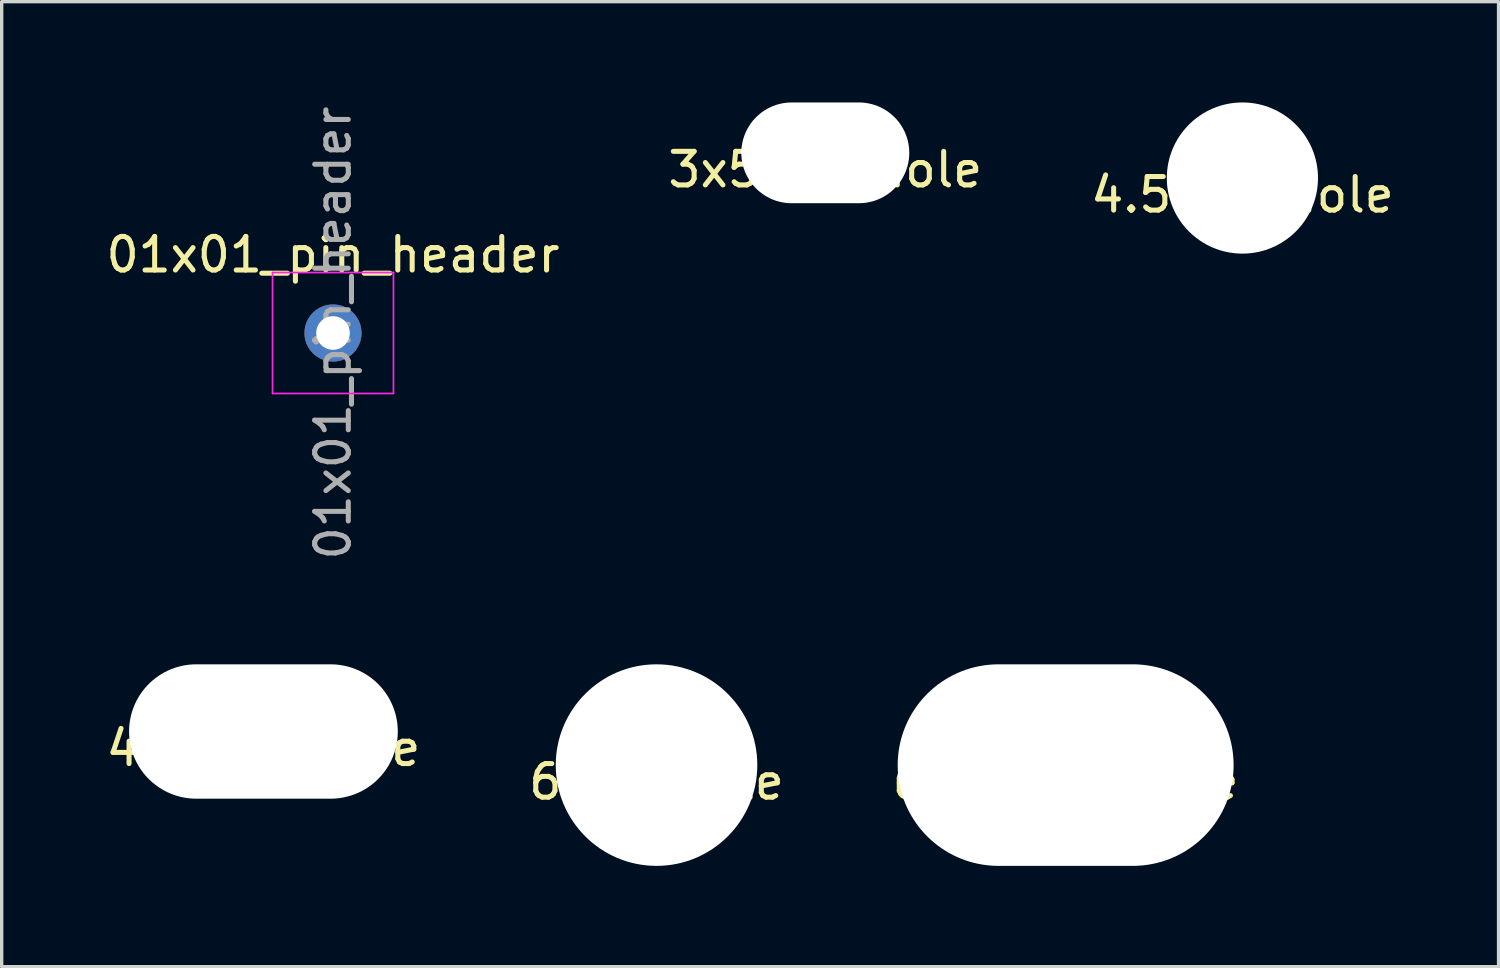
<source format=kicad_pcb>
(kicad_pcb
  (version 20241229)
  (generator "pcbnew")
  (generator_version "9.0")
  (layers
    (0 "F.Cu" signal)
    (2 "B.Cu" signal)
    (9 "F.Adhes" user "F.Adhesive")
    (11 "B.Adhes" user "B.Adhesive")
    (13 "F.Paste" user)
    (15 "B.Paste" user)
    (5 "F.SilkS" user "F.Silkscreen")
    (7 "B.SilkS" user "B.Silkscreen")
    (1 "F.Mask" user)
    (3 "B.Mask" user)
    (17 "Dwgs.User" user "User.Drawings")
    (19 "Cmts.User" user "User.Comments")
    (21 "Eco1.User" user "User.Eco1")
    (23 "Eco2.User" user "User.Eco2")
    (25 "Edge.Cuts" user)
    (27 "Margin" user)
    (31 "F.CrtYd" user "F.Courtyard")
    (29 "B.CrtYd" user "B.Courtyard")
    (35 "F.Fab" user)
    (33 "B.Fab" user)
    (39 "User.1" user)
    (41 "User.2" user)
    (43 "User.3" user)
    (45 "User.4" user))
  (footprint "6x10mm_hole"
    (layer "F.Cu")
    (at 28.673 19.726)
    (property "Reference" "6x10mm_hole" (at 0 0.5 0) (layer "F.SilkS") (effects (font (size 1 1) (thickness 0.15))))
    (attr through_hole)
    (pad "" np_thru_hole oval (at 0 0) (size 10 6) (drill oval 10 6) (layers "*.Cu" "*.Mask")))
  (footprint "01x01_pin_header"
    (layer "F.Cu")
    (at 6.863 6.863)
    (property "Reference" "01x01_pin_header" (at 0 -2.33 0) (layer "F.SilkS") (effects (font (size 1 1) (thickness 0.15))))
    (attr through_hole)
    (fp_line (start -1.8 -1.8) (end -1.8 1.8) (stroke (width 0.05) (type solid)) (layer "F.CrtYd"))
    (fp_line (start -1.8 1.8) (end 1.8 1.8) (stroke (width 0.05) (type solid)) (layer "F.CrtYd"))
    (fp_line (start 1.8 -1.8) (end -1.8 -1.8) (stroke (width 0.05) (type solid)) (layer "F.CrtYd"))
    (fp_line (start 1.8 1.8) (end 1.8 -1.8) (stroke (width 0.05) (type solid)) (layer "F.CrtYd"))
    (fp_text user "${REFERENCE}" (at 0 0 90) (layer "F.Fab") (effects (font (size 1 1) (thickness 0.15))))
    (pad "1" thru_hole circle (at 0 0) (size 1.7 1.7) (drill 1) (layers "*.Cu" "*.Mask")))
  (footprint "4x8mm_hole"
    (layer "F.Cu")
    (at 4.792 18.726)
    (property "Reference" "4x8mm_hole" (at 0 0.5 0) (layer "F.SilkS") (effects (font (size 1 1) (thickness 0.15))))
    (attr through_hole)
    (pad "" np_thru_hole oval (at 0 0) (size 8 4) (drill oval 8 4) (layers "*.Cu" "*.Mask")))
  (footprint "6mm_hole"
    (layer "F.Cu")
    (at 16.494 19.726)
    (property "Reference" "6mm_hole" (at 0 0.5 0) (layer "F.SilkS") (effects (font (size 1 1) (thickness 0.15))))
    (attr through_hole)
    (pad "" np_thru_hole circle (at 0 0) (size 6 6) (drill 6) (layers "*.Cu" "*.Mask")))
  (footprint "3x5mm_hole"
    (layer "F.Cu")
    (at 21.518 1.5)
    (property "Reference" "3x5mm_hole" (at 0 0.5 0) (layer "F.SilkS") (effects (font (size 1 1) (thickness 0.15))))
    (attr through_hole)
    (pad "" np_thru_hole oval (at 0 0) (size 5 3) (drill oval 5 3) (layers "*.Cu" "*.Mask")))
  (footprint "4.5mm_hole"
    (layer "F.Cu")
    (at 33.935 2.25)
    (property "Reference" "4.5mm_hole" (at 0 0.5 0) (layer "F.SilkS") (effects (font (size 1 1) (thickness 0.15))))
    (attr through_hole)
    (pad "" np_thru_hole circle (at 0 0) (size 4.5 4.5) (drill 4.5) (layers "*.Cu" "*.Mask")))
  (gr_rect
    (start -3 -3)
    (end 41.56 25.726)
    (stroke (width 0.1) (type default))
    (fill no)
    (layer "Edge.Cuts")))
</source>
